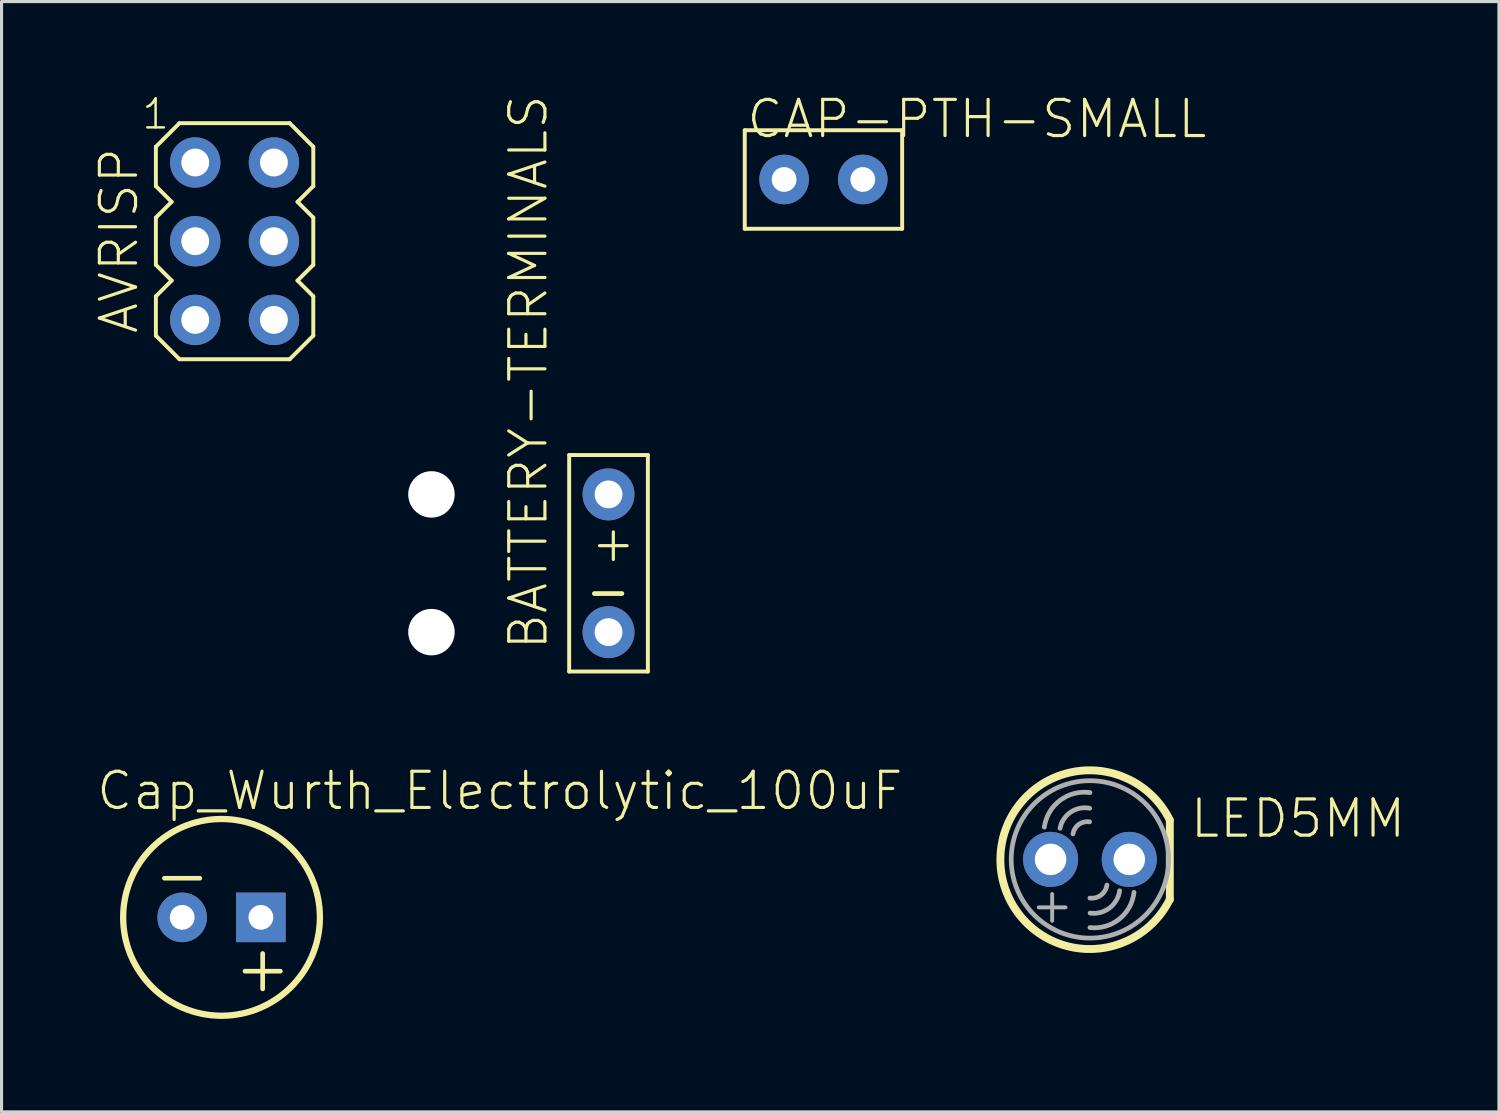
<source format=kicad_pcb>
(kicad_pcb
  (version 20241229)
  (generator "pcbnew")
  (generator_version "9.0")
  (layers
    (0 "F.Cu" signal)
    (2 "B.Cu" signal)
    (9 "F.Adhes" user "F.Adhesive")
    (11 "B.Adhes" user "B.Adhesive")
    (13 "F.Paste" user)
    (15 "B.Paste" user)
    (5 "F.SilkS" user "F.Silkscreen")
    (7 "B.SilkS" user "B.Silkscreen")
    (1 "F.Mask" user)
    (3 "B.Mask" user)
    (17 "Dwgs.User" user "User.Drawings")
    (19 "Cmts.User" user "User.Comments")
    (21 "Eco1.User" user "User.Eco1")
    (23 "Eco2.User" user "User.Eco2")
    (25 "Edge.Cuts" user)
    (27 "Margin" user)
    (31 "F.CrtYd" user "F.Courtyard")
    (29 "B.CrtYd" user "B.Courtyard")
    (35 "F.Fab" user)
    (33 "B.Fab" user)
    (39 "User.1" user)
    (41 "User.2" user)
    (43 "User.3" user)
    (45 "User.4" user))
  (footprint "LED5MM"
    (layer "F.Cu")
    (at 32.127 24.687)
    (property "Reference" "LED5MM" (at 3.175 -0.635 0) (unlocked yes) (layer "F.SilkS") (effects (font (size 1.168 1.168) (thickness 0.102)) (justify left bottom)))
    (fp_line (start 2.579 1.3) (end 2.579 -1.26) (stroke (width 0.254) (type solid)) (layer "F.SilkS"))
    (fp_arc (start 2.578734 1.28905) (mid -2.889942 0.008891) (end 2.578734 -1.271268) (stroke (width 0.254) (type solid)) (layer "F.SilkS"))
    (fp_line (start -1.651 1.549) (end -0.787 1.549) (stroke (width 0.127) (type solid)) (layer "F.Fab"))
    (fp_line (start -1.219 1.118) (end -1.219 1.981) (stroke (width 0.127) (type solid)) (layer "F.Fab"))
    (fp_arc (start -1.471931 -1.040762) (mid -0.966081 -1.903852) (end 0.001906 -2.156459) (stroke (width 0.1524) (type solid)) (layer "F.Fab"))
    (fp_arc (start -0.963928 -1.005206) (mid -0.619204 -1.526293) (end -0.006983 -1.651001) (stroke (width 0.1524) (type solid)) (layer "F.Fab"))
    (fp_arc (start -0.547371 -0.822321) (mid -0.359833 -1.128397) (end -0.010795 -1.212215) (stroke (width 0.1524) (type solid)) (layer "F.Fab"))
    (fp_arc (start 0.548005 0.828036) (mid 0.360933 1.151401) (end 0 1.247775) (stroke (width 0.1524) (type solid)) (layer "F.Fab"))
    (fp_arc (start 0.958846 1.011555) (mid 0.631681 1.569634) (end 0.005718 1.732915) (stroke (width 0.1524) (type solid)) (layer "F.Fab"))
    (fp_arc (start 1.423034 1.063621) (mid 0.947057 1.926985) (end 0 2.200909) (stroke (width 0.1524) (type solid)) (layer "F.Fab"))
    (fp_circle (center 0 0) (end 2.54 0) (stroke (width 0.152) (type solid)) (fill no) (layer "F.Fab"))
    (pad "A" thru_hole circle (at -1.27 0) (size 1.778 1.778) (drill 1.016) (layers "*.Cu" "*.Mask"))
    (pad "K" thru_hole circle (at 1.27 0) (size 1.778 1.778) (drill 1.016) (layers "*.Cu" "*.Mask")))
  (footprint "Cap_Wurth_Electrolytic_100uF"
    (layer "F.Cu")
    (at 4.1 26.558)
    (property "Reference" "Cap_Wurth_Electrolytic_100uF" (at -4.1 -3.4 0) (unlocked yes) (layer "F.SilkS") (effects (font (size 1.168 1.168) (thickness 0.102)) (justify left bottom)))
    (fp_circle (center 0 0) (end 3.175 0) (stroke (width 0.203) (type solid)) (fill no) (layer "F.SilkS"))
    (fp_text user "-" (at -2.3 -0.5 0) (unlocked yes) (layer "F.SilkS") (effects (font (size 1.5 1.5) (thickness 0.15)) (justify left bottom)))
    (fp_text user "+" (at 0.3 2.5 0) (unlocked yes) (layer "F.SilkS") (effects (font (size 1.5 1.5) (thickness 0.15)) (justify left bottom)))
    (pad "+" thru_hole rect (at 1.27 0) (size 1.6 1.6) (drill 0.8) (layers "*.Cu" "*.Mask"))
    (pad "-" thru_hole circle (at -1.27 0) (size 1.6 1.6) (drill 0.8) (layers "*.Cu" "*.Mask")))
  (footprint "CAP-PTH-SMALL"
    (layer "F.Cu")
    (at 23.527 2.743)
    (property "Reference" "CAP-PTH-SMALL" (at -2.54 -1.27 0) (unlocked yes) (layer "F.SilkS") (effects (font (size 1.168 1.168) (thickness 0.102)) (justify left bottom)))
    (fp_line (start -2.54 -1.59) (end 2.54 -1.59) (stroke (width 0.127) (type solid)) (layer "F.SilkS"))
    (fp_line (start -2.54 1.59) (end -2.54 -1.59) (stroke (width 0.127) (type solid)) (layer "F.SilkS"))
    (fp_line (start 2.54 -1.59) (end 2.54 1.59) (stroke (width 0.127) (type solid)) (layer "F.SilkS"))
    (fp_line (start 2.54 1.59) (end -2.54 1.59) (stroke (width 0.127) (type solid)) (layer "F.SilkS"))
    (pad "1" thru_hole circle (at -1.27 0) (size 1.6 1.6) (drill 0.8) (layers "*.Cu" "*.Mask"))
    (pad "2" thru_hole circle (at 1.27 0) (size 1.6 1.6) (drill 0.8) (layers "*.Cu" "*.Mask")))
  (footprint "AVRISP"
    (layer "F.Cu")
    (at 4.521 4.735)
    (property "Reference" "AVRISP" (at -3.048 3.048 90) (unlocked yes) (layer "F.SilkS") (effects (font (size 1.168 1.168) (thickness 0.102)) (justify left bottom)))
    (fp_line (start -2.54 -3.048) (end -1.778 -3.81) (stroke (width 0.127) (type solid)) (layer "F.SilkS"))
    (fp_line (start -2.54 -1.778) (end -2.54 -3.048) (stroke (width 0.127) (type solid)) (layer "F.SilkS"))
    (fp_line (start -2.54 -0.762) (end -2.032 -1.27) (stroke (width 0.127) (type solid)) (layer "F.SilkS"))
    (fp_line (start -2.54 0.762) (end -2.54 -0.762) (stroke (width 0.127) (type solid)) (layer "F.SilkS"))
    (fp_line (start -2.54 1.778) (end -2.032 1.27) (stroke (width 0.127) (type solid)) (layer "F.SilkS"))
    (fp_line (start -2.54 3.048) (end -2.54 1.778) (stroke (width 0.127) (type solid)) (layer "F.SilkS"))
    (fp_line (start -2.032 -1.27) (end -2.54 -1.778) (stroke (width 0.127) (type solid)) (layer "F.SilkS"))
    (fp_line (start -2.032 1.27) (end -2.54 0.762) (stroke (width 0.127) (type solid)) (layer "F.SilkS"))
    (fp_line (start -1.778 -3.81) (end 1.778 -3.81) (stroke (width 0.127) (type solid)) (layer "F.SilkS"))
    (fp_line (start -1.778 3.81) (end -2.54 3.048) (stroke (width 0.127) (type solid)) (layer "F.SilkS"))
    (fp_line (start 1.778 -3.81) (end 2.54 -3.048) (stroke (width 0.127) (type solid)) (layer "F.SilkS"))
    (fp_line (start 1.778 3.81) (end -1.778 3.81) (stroke (width 0.127) (type solid)) (layer "F.SilkS"))
    (fp_line (start 2.032 -1.27) (end 2.54 -0.762) (stroke (width 0.127) (type solid)) (layer "F.SilkS"))
    (fp_line (start 2.032 1.27) (end 2.54 1.778) (stroke (width 0.127) (type solid)) (layer "F.SilkS"))
    (fp_line (start 2.54 -3.048) (end 2.54 -1.778) (stroke (width 0.127) (type solid)) (layer "F.SilkS"))
    (fp_line (start 2.54 -1.778) (end 2.032 -1.27) (stroke (width 0.127) (type solid)) (layer "F.SilkS"))
    (fp_line (start 2.54 -0.762) (end 2.54 0.762) (stroke (width 0.127) (type solid)) (layer "F.SilkS"))
    (fp_line (start 2.54 0.762) (end 2.032 1.27) (stroke (width 0.127) (type solid)) (layer "F.SilkS"))
    (fp_line (start 2.54 1.778) (end 2.54 3.048) (stroke (width 0.127) (type solid)) (layer "F.SilkS"))
    (fp_line (start 2.54 3.048) (end 1.778 3.81) (stroke (width 0.127) (type solid)) (layer "F.SilkS"))
    (fp_text user "1" (at -3.048 -3.556 0) (unlocked yes) (layer "F.SilkS") (effects (font (size 0.935 0.935) (thickness 0.081)) (justify left bottom)))
    (pad "1" thru_hole circle (at -1.27 -2.54) (size 1.626 1.626) (drill 0.9) (layers "*.Cu" "*.Mask"))
    (pad "2" thru_hole circle (at 1.27 -2.54) (size 1.626 1.626) (drill 0.9) (layers "*.Cu" "*.Mask"))
    (pad "3" thru_hole circle (at -1.27 0) (size 1.626 1.626) (drill 0.9) (layers "*.Cu" "*.Mask"))
    (pad "4" thru_hole circle (at 1.27 0) (size 1.626 1.626) (drill 0.9) (layers "*.Cu" "*.Mask"))
    (pad "5" thru_hole circle (at -1.27 2.54) (size 1.626 1.626) (drill 0.9) (layers "*.Cu" "*.Mask"))
    (pad "6" thru_hole circle (at 1.27 2.54) (size 1.626 1.626) (drill 0.9) (layers "*.Cu" "*.Mask")))
  (footprint "BATTERY-TERMINALS"
    (layer "F.Cu")
    (at 16.59 15.447)
    (property "Reference" "BATTERY-TERMINALS" (at -1.905 2.54 90) (unlocked yes) (layer "F.SilkS") (effects (font (size 1.168 1.168) (thickness 0.102)) (justify left bottom)))
    (fp_line (start -1.27 -3.81) (end 1.27 -3.81) (stroke (width 0.127) (type solid)) (layer "F.SilkS"))
    (fp_line (start -1.27 3.175) (end -1.27 -3.81) (stroke (width 0.127) (type solid)) (layer "F.SilkS"))
    (fp_line (start -1.27 3.175) (end 1.27 3.175) (stroke (width 0.127) (type solid)) (layer "F.SilkS"))
    (fp_line (start -0.457 0.66) (end 0.432 0.66) (stroke (width 0.152) (type solid)) (layer "F.SilkS"))
    (fp_line (start 1.27 -3.81) (end 1.27 3.175) (stroke (width 0.127) (type solid)) (layer "F.SilkS"))
    (fp_text user "+" (at -0.635 -0.292 0) (unlocked yes) (layer "F.SilkS") (effects (font (size 1.168 1.168) (thickness 0.102)) (justify left bottom)))
    (pad "" np_thru_hole circle (at -5.715 -2.54) (size 1.5 1.5) (drill 1.5) (layers "*.Cu" "*.Mask"))
    (pad "" np_thru_hole circle (at -5.715 1.905) (size 1.5 1.5) (drill 1.5) (layers "*.Cu" "*.Mask"))
    (pad "+" thru_hole circle (at 0 -2.54) (size 1.676 1.676) (drill 0.9) (layers "*.Cu" "*.Mask"))
    (pad "-" thru_hole circle (at 0 1.905) (size 1.676 1.676) (drill 0.9) (layers "*.Cu" "*.Mask")))
  (gr_rect
    (start -3 -3)
    (end 45.328 32.835)
    (stroke (width 0.1) (type default))
    (fill no)
    (layer "Edge.Cuts")))
</source>
